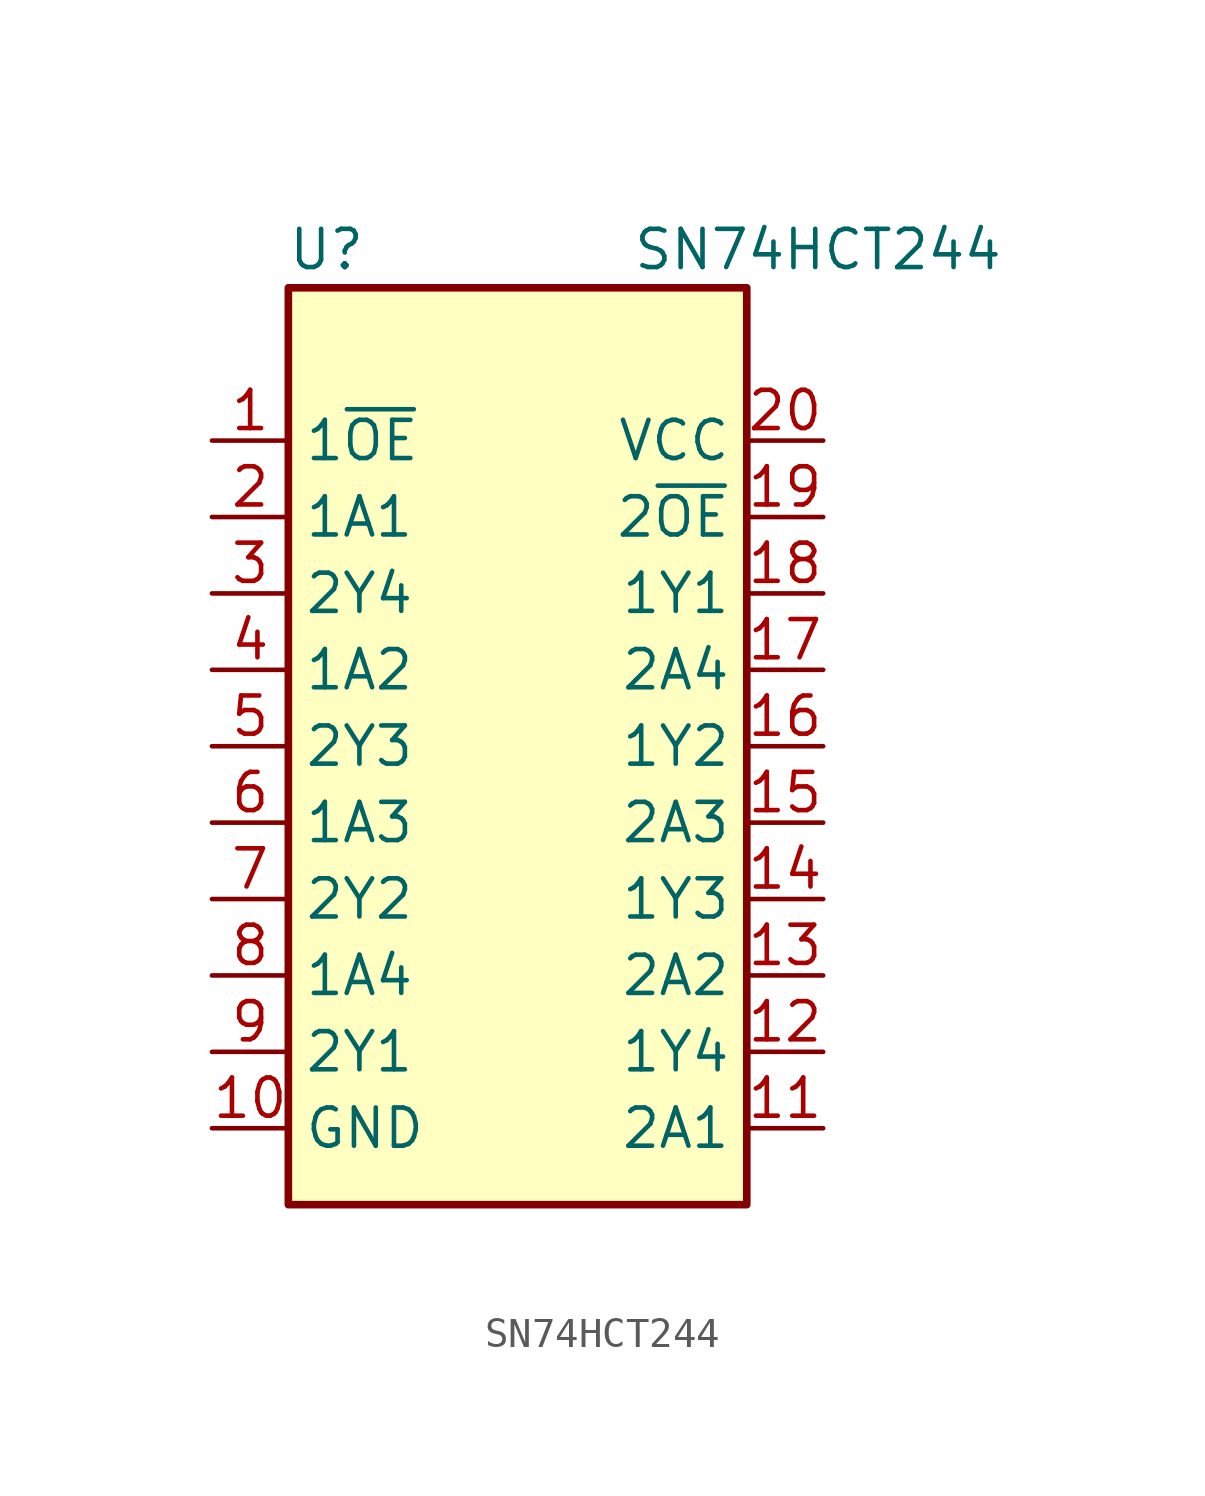
<source format=kicad_sym>
(kicad_symbol_lib
  (version 20201005)
  (generator kicad_symbol_editor)
  (symbol "SN74HCT244"
    (property "Reference" "U"
      (at -6.35 16.51 0)
      (effects (font (size 1.27 1.27))))
    (property "Value" "SN74HCT244"
      (at 3.81 16.51 0)
      (effects (font (size 1.27 1.27)) (justify left)))
    (symbol "SN74HCT244_0_1"
      (rectangle (start -7.62 15.24) (end 7.62 -15.24) (stroke (width 0.254)) (fill (type background))))
    (symbol "SN74HCT244_1_1"
      (pin input line (at -10.16 10.16 0) (length 2.54) (name "1~OE" (effects (font (size 1.27 1.27)))) (number "1" (effects (font (size 1.27 1.27)))))
      (pin power_in line (at -10.16 -12.7 0) (length 2.54) (name "GND" (effects (font (size 1.27 1.27)))) (number "10" (effects (font (size 1.27 1.27)))))
      (pin input line (at 10.16 -12.7 180) (length 2.54) (name "2A1" (effects (font (size 1.27 1.27)))) (number "11" (effects (font (size 1.27 1.27)))))
      (pin output line (at 10.16 -10.16 180) (length 2.54) (name "1Y4" (effects (font (size 1.27 1.27)))) (number "12" (effects (font (size 1.27 1.27)))))
      (pin input line (at 10.16 -7.62 180) (length 2.54) (name "2A2" (effects (font (size 1.27 1.27)))) (number "13" (effects (font (size 1.27 1.27)))))
      (pin output line (at 10.16 -5.08 180) (length 2.54) (name "1Y3" (effects (font (size 1.27 1.27)))) (number "14" (effects (font (size 1.27 1.27)))))
      (pin input line (at 10.16 -2.54 180) (length 2.54) (name "2A3" (effects (font (size 1.27 1.27)))) (number "15" (effects (font (size 1.27 1.27)))))
      (pin output line (at 10.16 0 180) (length 2.54) (name "1Y2" (effects (font (size 1.27 1.27)))) (number "16" (effects (font (size 1.27 1.27)))))
      (pin input line (at 10.16 2.54 180) (length 2.54) (name "2A4" (effects (font (size 1.27 1.27)))) (number "17" (effects (font (size 1.27 1.27)))))
      (pin output line (at 10.16 5.08 180) (length 2.54) (name "1Y1" (effects (font (size 1.27 1.27)))) (number "18" (effects (font (size 1.27 1.27)))))
      (pin input line (at 10.16 7.62 180) (length 2.54) (name "2~OE" (effects (font (size 1.27 1.27)))) (number "19" (effects (font (size 1.27 1.27)))))
      (pin input line (at -10.16 7.62 0) (length 2.54) (name "1A1" (effects (font (size 1.27 1.27)))) (number "2" (effects (font (size 1.27 1.27)))))
      (pin power_in line (at 10.16 10.16 180) (length 2.54) (name "VCC" (effects (font (size 1.27 1.27)))) (number "20" (effects (font (size 1.27 1.27)))))
      (pin output line (at -10.16 5.08 0) (length 2.54) (name "2Y4" (effects (font (size 1.27 1.27)))) (number "3" (effects (font (size 1.27 1.27)))))
      (pin input line (at -10.16 2.54 0) (length 2.54) (name "1A2" (effects (font (size 1.27 1.27)))) (number "4" (effects (font (size 1.27 1.27)))))
      (pin output line (at -10.16 0 0) (length 2.54) (name "2Y3" (effects (font (size 1.27 1.27)))) (number "5" (effects (font (size 1.27 1.27)))))
      (pin input line (at -10.16 -2.54 0) (length 2.54) (name "1A3" (effects (font (size 1.27 1.27)))) (number "6" (effects (font (size 1.27 1.27)))))
      (pin output line (at -10.16 -5.08 0) (length 2.54) (name "2Y2" (effects (font (size 1.27 1.27)))) (number "7" (effects (font (size 1.27 1.27)))))
      (pin input line (at -10.16 -7.62 0) (length 2.54) (name "1A4" (effects (font (size 1.27 1.27)))) (number "8" (effects (font (size 1.27 1.27)))))
      (pin output line (at -10.16 -10.16 0) (length 2.54) (name "2Y1" (effects (font (size 1.27 1.27)))) (number "9" (effects (font (size 1.27 1.27))))))))
</source>
